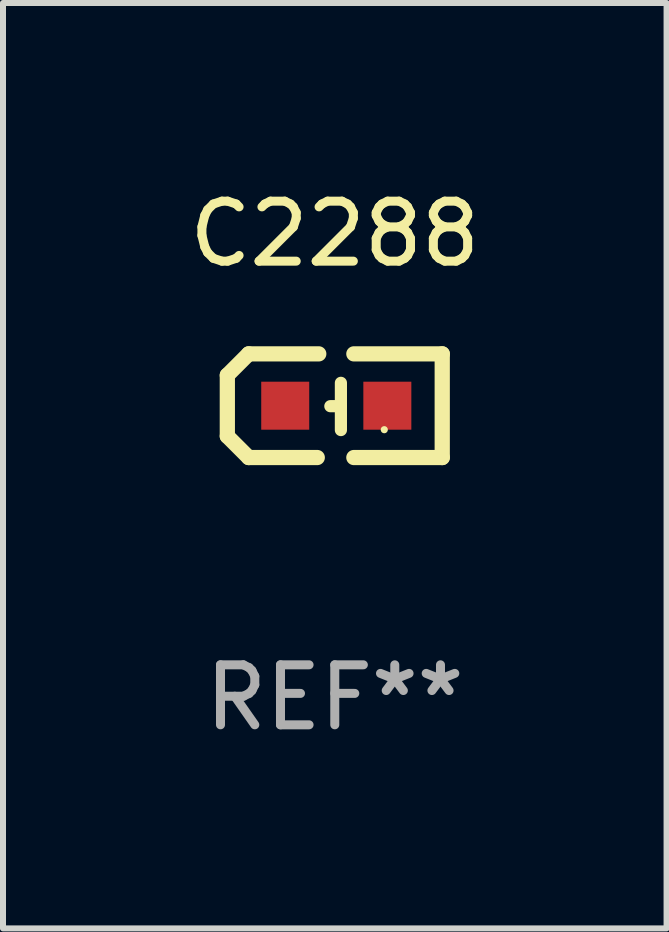
<source format=kicad_pcb>
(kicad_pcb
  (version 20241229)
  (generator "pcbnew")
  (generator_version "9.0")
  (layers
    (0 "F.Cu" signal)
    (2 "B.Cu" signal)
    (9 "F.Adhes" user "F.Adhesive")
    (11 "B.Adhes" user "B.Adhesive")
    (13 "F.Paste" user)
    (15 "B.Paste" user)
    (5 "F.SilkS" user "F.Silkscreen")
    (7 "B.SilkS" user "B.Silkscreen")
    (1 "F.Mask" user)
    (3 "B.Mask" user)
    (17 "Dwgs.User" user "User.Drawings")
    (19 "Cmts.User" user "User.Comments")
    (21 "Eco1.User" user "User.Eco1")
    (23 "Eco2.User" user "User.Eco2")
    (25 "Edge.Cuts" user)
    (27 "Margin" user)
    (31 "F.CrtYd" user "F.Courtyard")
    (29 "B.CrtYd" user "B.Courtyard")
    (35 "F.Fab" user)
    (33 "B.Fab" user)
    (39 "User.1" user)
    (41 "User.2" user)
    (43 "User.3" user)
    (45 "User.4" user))
  (footprint "C2288"
    (layer "F.Cu")
    (at 2.53 3.712)
    (property "Reference" "C2288" (at 0 -2.864 0) (layer "F.SilkS") (effects (font (size 1 1) (thickness 0.15))))
    (attr through_hole)
    (fp_line (start -1.791 -0.508) (end -1.435 -0.864) (stroke (width 0.254) (type solid)) (layer "F.SilkS"))
    (fp_line (start -1.791 0.508) (end -1.791 -0.508) (stroke (width 0.254) (type solid)) (layer "F.SilkS"))
    (fp_line (start -1.435 0.864) (end -1.791 0.508) (stroke (width 0.254) (type solid)) (layer "F.SilkS"))
    (fp_line (start -0.292 0.864) (end -1.435 0.864) (stroke (width 0.254) (type solid)) (layer "F.SilkS"))
    (fp_line (start -0.267 -0.864) (end -1.435 -0.864) (stroke (width 0.254) (type solid)) (layer "F.SilkS"))
    (fp_line (start 0.102 0.008) (end -0.074 0.008) (stroke (width 0.203) (type solid)) (layer "F.SilkS"))
    (fp_line (start 0.102 0.406) (end 0.102 -0.381) (stroke (width 0.203) (type solid)) (layer "F.SilkS"))
    (fp_line (start 1.791 -0.864) (end 0.318 -0.864) (stroke (width 0.254) (type solid)) (layer "F.SilkS"))
    (fp_line (start 1.791 0.864) (end 0.318 0.864) (stroke (width 0.254) (type solid)) (layer "F.SilkS"))
    (fp_line (start 1.791 0.864) (end 1.791 -0.864) (stroke (width 0.254) (type solid)) (layer "F.SilkS"))
    (fp_circle (center 0.825 0.4) (end 0.855 0.4) (stroke (width 0.06) (type solid)) (fill no) (layer "F.SilkS"))
    (fp_text user "REF**" (at 0 4.864 0) (layer "F.Fab") (effects (font (size 1 1) (thickness 0.15))))
    (pad "1" smd rect (at 0.876 0 90) (size 0.8 0.8) (layers "F.Cu" "F.Mask" "F.Paste"))
    (pad "2" smd rect (at -0.826 0 90) (size 0.8 0.8) (layers "F.Cu" "F.Mask" "F.Paste")))
  (gr_rect
    (start -3 -3)
    (end 8.06 12.424)
    (stroke (width 0.1) (type default))
    (fill no)
    (layer "Edge.Cuts")))
</source>
